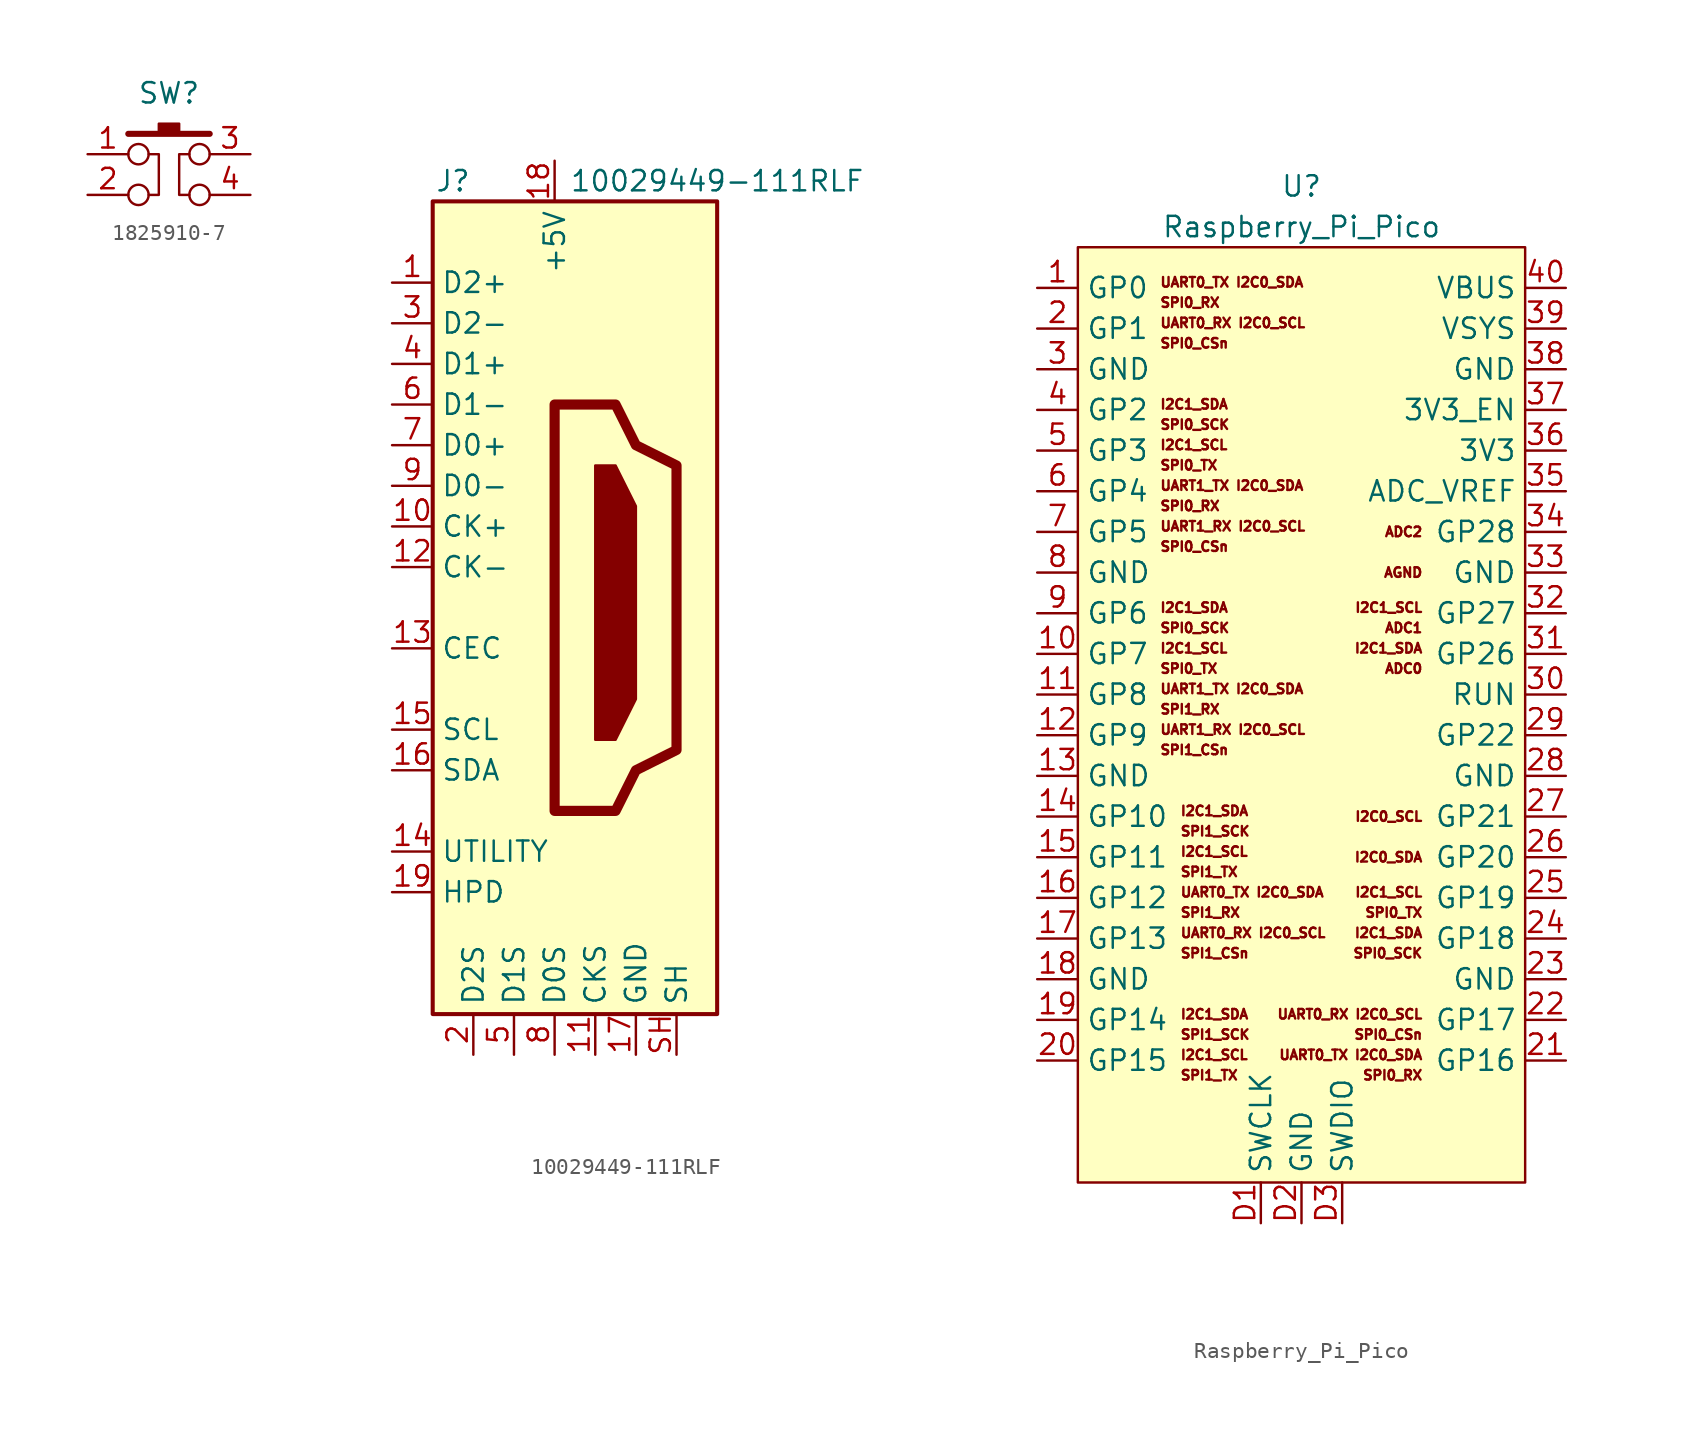
<source format=kicad_sym>
(kicad_symbol_lib
  (version 20211014)
  (generator kicad_symbol_editor)
  (symbol "1825910-7"
    (property "Reference" "SW"
      (at 0 5.08 0)
      (effects (font (size 1.27 1.27))))
    (symbol "1825910-7_0_1"
      (circle (center -1.905 -1.27) (radius 0.635) (stroke (width 0) (type default) (color 0 0 0 0)) (fill (type none)))
      (circle (center -1.905 1.27) (radius 0.635) (stroke (width 0) (type default) (color 0 0 0 0)) (fill (type none)))
      (rectangle (start -0.635 3.175) (end 0.635 2.54) (stroke (width 0) (type default) (color 0 0 0 0)) (fill (type outline)))
      (polyline (pts (xy -1.27 1.27) (xy -0.635 1.27) (xy -0.635 -1.27) (xy -1.27 -1.27)) (stroke (width 0) (type default) (color 0 0 0 0)) (fill (type none)))
      (polyline (pts (xy 1.27 -1.27) (xy 0.635 -1.27) (xy 0.635 1.27) (xy 1.27 1.27)) (stroke (width 0) (type default) (color 0 0 0 0)) (fill (type none)))
      (circle (center 1.905 -1.27) (radius 0.635) (stroke (width 0) (type default) (color 0 0 0 0)) (fill (type none)))
      (circle (center 1.905 1.27) (radius 0.635) (stroke (width 0) (type default) (color 0 0 0 0)) (fill (type none)))
      (pin passive line (at -5.08 1.27 0) (length 2.54) (name "" (effects (font (size 1.27 1.27)))) (number "1" (effects (font (size 1.27 1.27)))))
      (pin passive line (at -5.08 -1.27 0) (length 2.54) (name "" (effects (font (size 1.27 1.27)))) (number "2" (effects (font (size 1.27 1.27)))))
      (pin passive line (at 5.08 1.27 180) (length 2.54) (name "" (effects (font (size 1.27 1.27)))) (number "3" (effects (font (size 1.27 1.27)))))
      (pin passive line (at 5.08 -1.27 180) (length 2.54) (name "" (effects (font (size 1.27 1.27)))) (number "4" (effects (font (size 1.27 1.27))))))
    (symbol "1825910-7_1_0"
      (polyline (pts (xy 2.54 2.54) (xy -2.54 2.54)) (stroke (width 0.381) (type default) (color 0 0 0 0)) (fill (type none)))))
  (symbol "10029449-111RLF"
    (property "Reference" "J"
      (at -6.35 26.67 0)
      (effects (font (size 1.27 1.27))))
    (property "Value" "10029449-111RLF"
      (at 10.16 26.67 0)
      (effects (font (size 1.27 1.27))))
    (symbol "10029449-111RLF_0_1"
      (rectangle (start -7.62 25.4) (end 10.16 -25.4) (stroke (width 0.254) (type default) (color 0 0 0 0)) (fill (type background)))
      (polyline (pts (xy 2.54 8.89) (xy 3.81 8.89) (xy 5.08 6.35) (xy 5.08 -5.715) (xy 3.81 -8.255) (xy 2.54 -8.255) (xy 2.54 8.89)) (stroke (width 0) (type default) (color 0 0 0 0)) (fill (type outline)))
      (polyline (pts (xy 0 12.7) (xy 0 -12.7) (xy 3.81 -12.7) (xy 5.08 -10.16) (xy 7.62 -8.89) (xy 7.62 8.89) (xy 5.08 10.16) (xy 3.81 12.7) (xy 0 12.7)) (stroke (width 0.635) (type default) (color 0 0 0 0)) (fill (type none))))
    (symbol "10029449-111RLF_1_1"
      (pin passive line (at -10.16 20.32 0) (length 2.54) (name "D2+" (effects (font (size 1.27 1.27)))) (number "1" (effects (font (size 1.27 1.27)))))
      (pin passive line (at -10.16 5.08 0) (length 2.54) (name "CK+" (effects (font (size 1.27 1.27)))) (number "10" (effects (font (size 1.27 1.27)))))
      (pin power_in line (at 2.54 -27.94 90) (length 2.54) (name "CKS" (effects (font (size 1.27 1.27)))) (number "11" (effects (font (size 1.27 1.27)))))
      (pin passive line (at -10.16 2.54 0) (length 2.54) (name "CK-" (effects (font (size 1.27 1.27)))) (number "12" (effects (font (size 1.27 1.27)))))
      (pin bidirectional line (at -10.16 -2.54 0) (length 2.54) (name "CEC" (effects (font (size 1.27 1.27)))) (number "13" (effects (font (size 1.27 1.27)))))
      (pin passive line (at -10.16 -15.24 0) (length 2.54) (name "UTILITY" (effects (font (size 1.27 1.27)))) (number "14" (effects (font (size 1.27 1.27)))))
      (pin passive line (at -10.16 -7.62 0) (length 2.54) (name "SCL" (effects (font (size 1.27 1.27)))) (number "15" (effects (font (size 1.27 1.27)))))
      (pin bidirectional line (at -10.16 -10.16 0) (length 2.54) (name "SDA" (effects (font (size 1.27 1.27)))) (number "16" (effects (font (size 1.27 1.27)))))
      (pin power_in line (at 5.08 -27.94 90) (length 2.54) (name "GND" (effects (font (size 1.27 1.27)))) (number "17" (effects (font (size 1.27 1.27)))))
      (pin power_in line (at 0 27.94 270) (length 2.54) (name "+5V" (effects (font (size 1.27 1.27)))) (number "18" (effects (font (size 1.27 1.27)))))
      (pin passive line (at -10.16 -17.78 0) (length 2.54) (name "HPD" (effects (font (size 1.27 1.27)))) (number "19" (effects (font (size 1.27 1.27)))))
      (pin power_in line (at -5.08 -27.94 90) (length 2.54) (name "D2S" (effects (font (size 1.27 1.27)))) (number "2" (effects (font (size 1.27 1.27)))))
      (pin passive line (at -10.16 17.78 0) (length 2.54) (name "D2-" (effects (font (size 1.27 1.27)))) (number "3" (effects (font (size 1.27 1.27)))))
      (pin passive line (at -10.16 15.24 0) (length 2.54) (name "D1+" (effects (font (size 1.27 1.27)))) (number "4" (effects (font (size 1.27 1.27)))))
      (pin power_in line (at -2.54 -27.94 90) (length 2.54) (name "D1S" (effects (font (size 1.27 1.27)))) (number "5" (effects (font (size 1.27 1.27)))))
      (pin passive line (at -10.16 12.7 0) (length 2.54) (name "D1-" (effects (font (size 1.27 1.27)))) (number "6" (effects (font (size 1.27 1.27)))))
      (pin passive line (at -10.16 10.16 0) (length 2.54) (name "D0+" (effects (font (size 1.27 1.27)))) (number "7" (effects (font (size 1.27 1.27)))))
      (pin power_in line (at 0 -27.94 90) (length 2.54) (name "D0S" (effects (font (size 1.27 1.27)))) (number "8" (effects (font (size 1.27 1.27)))))
      (pin passive line (at -10.16 7.62 0) (length 2.54) (name "D0-" (effects (font (size 1.27 1.27)))) (number "9" (effects (font (size 1.27 1.27)))))
      (pin passive line (at 7.62 -27.94 90) (length 2.54) (name "SH" (effects (font (size 1.27 1.27)))) (number "SH" (effects (font (size 1.27 1.27)))))))
  (symbol "Raspberry_Pi_Pico"
    (property "Reference" "U"
      (at 13.97 6.35 0)
      (effects (font (size 1.27 1.27))))
    (property "Value" "Raspberry_Pi_Pico"
      (at 13.97 3.81 0)
      (effects (font (size 1.27 1.27))))
    (symbol "Raspberry_Pi_Pico_0_0"
      (text "ADC0" (at 21.59 -24.13 0) (effects (font (size 0.6 0.6)) (justify right bottom)))
      (text "ADC1" (at 21.59 -21.59 0) (effects (font (size 0.6 0.6)) (justify right bottom)))
      (text "ADC2" (at 21.59 -15.24 0) (effects (font (size 0.6 0.6)) (justify right)))
      (text "AGND" (at 21.59 -17.78 0) (effects (font (size 0.6 0.6)) (justify right)))
      (text "I2C0_SCL" (at 21.59 -33.02 0) (effects (font (size 0.6 0.6)) (justify right)))
      (text "I2C0_SDA" (at 21.59 -35.56 0) (effects (font (size 0.6 0.6)) (justify right)))
      (text "I2C1_SCL" (at 5.08 -22.86 0) (effects (font (size 0.6 0.6)) (justify left bottom)))
      (text "I2C1_SCL" (at 5.08 -10.16 0) (effects (font (size 0.6 0.6)) (justify left bottom)))
      (text "I2C1_SCL" (at 6.35 -48.26 0) (effects (font (size 0.6 0.6)) (justify left bottom)))
      (text "I2C1_SCL" (at 6.35 -35.56 0) (effects (font (size 0.6 0.6)) (justify left bottom)))
      (text "I2C1_SCL" (at 21.59 -38.1 0) (effects (font (size 0.6 0.6)) (justify right bottom)))
      (text "I2C1_SCL" (at 21.59 -20.32 0) (effects (font (size 0.6 0.6)) (justify right bottom)))
      (text "I2C1_SDA" (at 5.08 -20.32 0) (effects (font (size 0.6 0.6)) (justify left bottom)))
      (text "I2C1_SDA" (at 5.08 -7.62 0) (effects (font (size 0.6 0.6)) (justify left bottom)))
      (text "I2C1_SDA" (at 6.35 -45.72 0) (effects (font (size 0.6 0.6)) (justify left bottom)))
      (text "I2C1_SDA" (at 6.35 -33.02 0) (effects (font (size 0.6 0.6)) (justify left bottom)))
      (text "I2C1_SDA" (at 21.59 -40.64 0) (effects (font (size 0.6 0.6)) (justify right bottom)))
      (text "I2C1_SDA" (at 21.59 -22.86 0) (effects (font (size 0.6 0.6)) (justify right bottom)))
      (text "SPI0_CSn" (at 5.08 -16.51 0) (effects (font (size 0.6 0.6)) (justify left bottom)))
      (text "SPI0_CSn" (at 5.08 -3.81 0) (effects (font (size 0.6 0.6)) (justify left bottom)))
      (text "SPI0_CSn" (at 21.59 -46.99 0) (effects (font (size 0.6 0.6)) (justify right bottom)))
      (text "SPI0_RX" (at 5.08 -13.97 0) (effects (font (size 0.6 0.6)) (justify left bottom)))
      (text "SPI0_RX" (at 5.08 -1.27 0) (effects (font (size 0.6 0.6)) (justify left bottom)))
      (text "SPI0_RX" (at 21.59 -49.53 0) (effects (font (size 0.6 0.6)) (justify right bottom)))
      (text "SPI0_SCK" (at 5.08 -21.59 0) (effects (font (size 0.6 0.6)) (justify left bottom)))
      (text "SPI0_SCK" (at 5.08 -8.89 0) (effects (font (size 0.6 0.6)) (justify left bottom)))
      (text "SPI0_SCK" (at 21.59 -41.91 0) (effects (font (size 0.6 0.6)) (justify right bottom)))
      (text "SPI0_TX" (at 5.08 -24.13 0) (effects (font (size 0.6 0.6)) (justify left bottom)))
      (text "SPI0_TX" (at 5.08 -11.43 0) (effects (font (size 0.6 0.6)) (justify left bottom)))
      (text "SPI0_TX" (at 21.59 -39.37 0) (effects (font (size 0.6 0.6)) (justify right bottom)))
      (text "SPI1_CSn" (at 5.08 -29.21 0) (effects (font (size 0.6 0.6)) (justify left bottom)))
      (text "SPI1_CSn" (at 6.35 -41.91 0) (effects (font (size 0.6 0.6)) (justify left bottom)))
      (text "SPI1_RX" (at 5.08 -26.67 0) (effects (font (size 0.6 0.6)) (justify left bottom)))
      (text "SPI1_RX" (at 6.35 -39.37 0) (effects (font (size 0.6 0.6)) (justify left bottom)))
      (text "SPI1_SCK" (at 6.35 -46.99 0) (effects (font (size 0.6 0.6)) (justify left bottom)))
      (text "SPI1_SCK" (at 6.35 -34.29 0) (effects (font (size 0.6 0.6)) (justify left bottom)))
      (text "SPI1_TX" (at 6.35 -49.53 0) (effects (font (size 0.6 0.6)) (justify left bottom)))
      (text "SPI1_TX" (at 6.35 -36.83 0) (effects (font (size 0.6 0.6)) (justify left bottom)))
      (text "UART0_RX I2C0_SCL" (at 5.08 -2.54 0) (effects (font (size 0.6 0.6)) (justify left bottom)))
      (text "UART0_RX I2C0_SCL" (at 6.35 -40.64 0) (effects (font (size 0.6 0.6)) (justify left bottom)))
      (text "UART0_RX I2C0_SCL" (at 21.59 -45.72 0) (effects (font (size 0.6 0.6)) (justify right bottom)))
      (text "UART0_TX I2C0_SDA" (at 5.08 0 0) (effects (font (size 0.6 0.6)) (justify left bottom)))
      (text "UART0_TX I2C0_SDA" (at 6.35 -38.1 0) (effects (font (size 0.6 0.6)) (justify left bottom)))
      (text "UART0_TX I2C0_SDA" (at 21.59 -48.26 0) (effects (font (size 0.6 0.6)) (justify right bottom)))
      (text "UART1_RX I2C0_SCL" (at 5.08 -27.94 0) (effects (font (size 0.6 0.6)) (justify left bottom)))
      (text "UART1_RX I2C0_SCL" (at 5.08 -15.24 0) (effects (font (size 0.6 0.6)) (justify left bottom)))
      (text "UART1_TX I2C0_SDA" (at 5.08 -25.4 0) (effects (font (size 0.6 0.6)) (justify left bottom)))
      (text "UART1_TX I2C0_SDA" (at 5.08 -12.7 0) (effects (font (size 0.6 0.6)) (justify left bottom))))
    (symbol "Raspberry_Pi_Pico_0_1"
      (rectangle (start 0 2.54) (end 27.94 -55.88) (stroke (width 0) (type default) (color 0 0 0 0)) (fill (type background))))
    (symbol "Raspberry_Pi_Pico_1_1"
      (pin passive line (at -2.54 0 0) (length 2.54) (name "GP0" (effects (font (size 1.27 1.27)))) (number "1" (effects (font (size 1.27 1.27)))))
      (pin passive line (at -2.54 -22.86 0) (length 2.54) (name "GP7" (effects (font (size 1.27 1.27)))) (number "10" (effects (font (size 1.27 1.27)))))
      (pin passive line (at -2.54 -25.4 0) (length 2.54) (name "GP8" (effects (font (size 1.27 1.27)))) (number "11" (effects (font (size 1.27 1.27)))))
      (pin passive line (at -2.54 -27.94 0) (length 2.54) (name "GP9" (effects (font (size 1.27 1.27)))) (number "12" (effects (font (size 1.27 1.27)))))
      (pin power_in line (at -2.54 -30.48 0) (length 2.54) (name "GND" (effects (font (size 1.27 1.27)))) (number "13" (effects (font (size 1.27 1.27)))))
      (pin passive line (at -2.54 -33.02 0) (length 2.54) (name "GP10" (effects (font (size 1.27 1.27)))) (number "14" (effects (font (size 1.27 1.27)))))
      (pin passive line (at -2.54 -35.56 0) (length 2.54) (name "GP11" (effects (font (size 1.27 1.27)))) (number "15" (effects (font (size 1.27 1.27)))))
      (pin passive line (at -2.54 -38.1 0) (length 2.54) (name "GP12" (effects (font (size 1.27 1.27)))) (number "16" (effects (font (size 1.27 1.27)))))
      (pin passive line (at -2.54 -40.64 0) (length 2.54) (name "GP13" (effects (font (size 1.27 1.27)))) (number "17" (effects (font (size 1.27 1.27)))))
      (pin power_in line (at -2.54 -43.18 0) (length 2.54) (name "GND" (effects (font (size 1.27 1.27)))) (number "18" (effects (font (size 1.27 1.27)))))
      (pin passive line (at -2.54 -45.72 0) (length 2.54) (name "GP14" (effects (font (size 1.27 1.27)))) (number "19" (effects (font (size 1.27 1.27)))))
      (pin passive line (at -2.54 -2.54 0) (length 2.54) (name "GP1" (effects (font (size 1.27 1.27)))) (number "2" (effects (font (size 1.27 1.27)))))
      (pin passive line (at -2.54 -48.26 0) (length 2.54) (name "GP15" (effects (font (size 1.27 1.27)))) (number "20" (effects (font (size 1.27 1.27)))))
      (pin passive line (at 30.48 -48.26 180) (length 2.54) (name "GP16" (effects (font (size 1.27 1.27)))) (number "21" (effects (font (size 1.27 1.27)))))
      (pin passive line (at 30.48 -45.72 180) (length 2.54) (name "GP17" (effects (font (size 1.27 1.27)))) (number "22" (effects (font (size 1.27 1.27)))))
      (pin power_in line (at 30.48 -43.18 180) (length 2.54) (name "GND" (effects (font (size 1.27 1.27)))) (number "23" (effects (font (size 1.27 1.27)))))
      (pin passive line (at 30.48 -40.64 180) (length 2.54) (name "GP18" (effects (font (size 1.27 1.27)))) (number "24" (effects (font (size 1.27 1.27)))))
      (pin passive line (at 30.48 -38.1 180) (length 2.54) (name "GP19" (effects (font (size 1.27 1.27)))) (number "25" (effects (font (size 1.27 1.27)))))
      (pin passive line (at 30.48 -35.56 180) (length 2.54) (name "GP20" (effects (font (size 1.27 1.27)))) (number "26" (effects (font (size 1.27 1.27)))))
      (pin passive line (at 30.48 -33.02 180) (length 2.54) (name "GP21" (effects (font (size 1.27 1.27)))) (number "27" (effects (font (size 1.27 1.27)))))
      (pin power_in line (at 30.48 -30.48 180) (length 2.54) (name "GND" (effects (font (size 1.27 1.27)))) (number "28" (effects (font (size 1.27 1.27)))))
      (pin passive line (at 30.48 -27.94 180) (length 2.54) (name "GP22" (effects (font (size 1.27 1.27)))) (number "29" (effects (font (size 1.27 1.27)))))
      (pin power_in line (at -2.54 -5.08 0) (length 2.54) (name "GND" (effects (font (size 1.27 1.27)))) (number "3" (effects (font (size 1.27 1.27)))))
      (pin passive line (at 30.48 -25.4 180) (length 2.54) (name "RUN" (effects (font (size 1.27 1.27)))) (number "30" (effects (font (size 1.27 1.27)))))
      (pin passive line (at 30.48 -22.86 180) (length 2.54) (name "GP26" (effects (font (size 1.27 1.27)))) (number "31" (effects (font (size 1.27 1.27)))))
      (pin passive line (at 30.48 -20.32 180) (length 2.54) (name "GP27" (effects (font (size 1.27 1.27)))) (number "32" (effects (font (size 1.27 1.27)))))
      (pin power_in line (at 30.48 -17.78 180) (length 2.54) (name "GND" (effects (font (size 1.27 1.27)))) (number "33" (effects (font (size 1.27 1.27)))))
      (pin passive line (at 30.48 -15.24 180) (length 2.54) (name "GP28" (effects (font (size 1.27 1.27)))) (number "34" (effects (font (size 1.27 1.27)))))
      (pin passive line (at 30.48 -12.7 180) (length 2.54) (name "ADC_VREF" (effects (font (size 1.27 1.27)))) (number "35" (effects (font (size 1.27 1.27)))))
      (pin power_out line (at 30.48 -10.16 180) (length 2.54) (name "3V3" (effects (font (size 1.27 1.27)))) (number "36" (effects (font (size 1.27 1.27)))))
      (pin passive line (at 30.48 -7.62 180) (length 2.54) (name "3V3_EN" (effects (font (size 1.27 1.27)))) (number "37" (effects (font (size 1.27 1.27)))))
      (pin power_in line (at 30.48 -5.08 180) (length 2.54) (name "GND" (effects (font (size 1.27 1.27)))) (number "38" (effects (font (size 1.27 1.27)))))
      (pin power_in line (at 30.48 -2.54 180) (length 2.54) (name "VSYS" (effects (font (size 1.27 1.27)))) (number "39" (effects (font (size 1.27 1.27)))))
      (pin passive line (at -2.54 -7.62 0) (length 2.54) (name "GP2" (effects (font (size 1.27 1.27)))) (number "4" (effects (font (size 1.27 1.27)))))
      (pin power_out line (at 30.48 0 180) (length 2.54) (name "VBUS" (effects (font (size 1.27 1.27)))) (number "40" (effects (font (size 1.27 1.27)))))
      (pin passive line (at -2.54 -10.16 0) (length 2.54) (name "GP3" (effects (font (size 1.27 1.27)))) (number "5" (effects (font (size 1.27 1.27)))))
      (pin passive line (at -2.54 -12.7 0) (length 2.54) (name "GP4" (effects (font (size 1.27 1.27)))) (number "6" (effects (font (size 1.27 1.27)))))
      (pin passive line (at -2.54 -15.24 0) (length 2.54) (name "GP5" (effects (font (size 1.27 1.27)))) (number "7" (effects (font (size 1.27 1.27)))))
      (pin power_in line (at -2.54 -17.78 0) (length 2.54) (name "GND" (effects (font (size 1.27 1.27)))) (number "8" (effects (font (size 1.27 1.27)))))
      (pin passive line (at -2.54 -20.32 0) (length 2.54) (name "GP6" (effects (font (size 1.27 1.27)))) (number "9" (effects (font (size 1.27 1.27)))))
      (pin passive line (at 11.43 -58.42 90) (length 2.54) (name "SWCLK" (effects (font (size 1.27 1.27)))) (number "D1" (effects (font (size 1.27 1.27)))))
      (pin passive line (at 13.97 -58.42 90) (length 2.54) (name "GND" (effects (font (size 1.27 1.27)))) (number "D2" (effects (font (size 1.27 1.27)))))
      (pin passive line (at 16.51 -58.42 90) (length 2.54) (name "SWDIO" (effects (font (size 1.27 1.27)))) (number "D3" (effects (font (size 1.27 1.27))))))))
</source>
